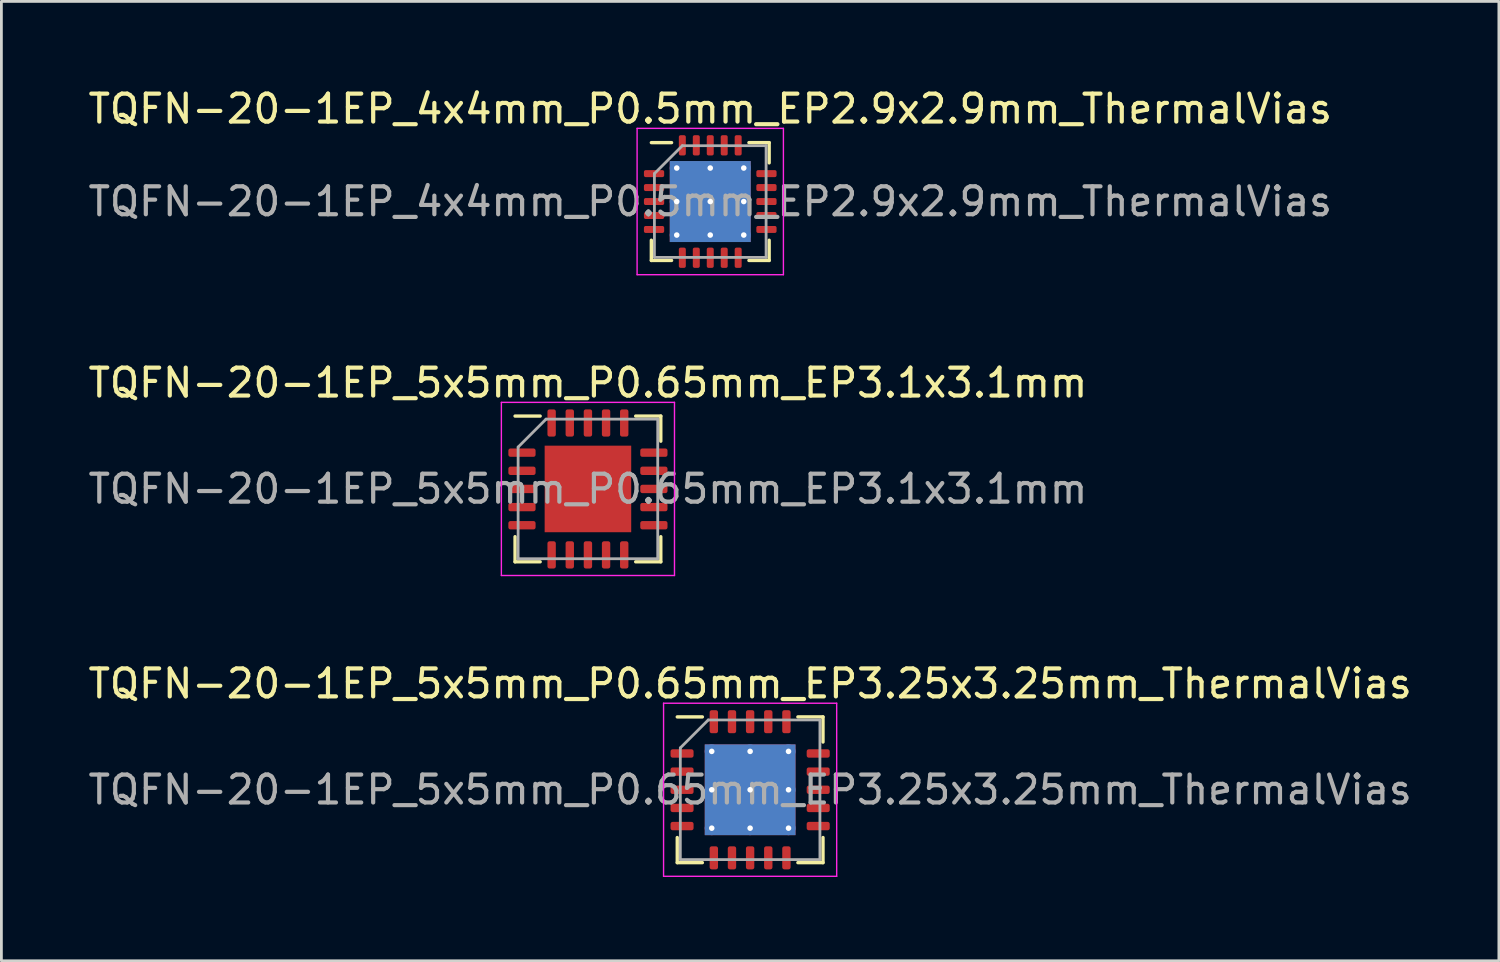
<source format=kicad_pcb>
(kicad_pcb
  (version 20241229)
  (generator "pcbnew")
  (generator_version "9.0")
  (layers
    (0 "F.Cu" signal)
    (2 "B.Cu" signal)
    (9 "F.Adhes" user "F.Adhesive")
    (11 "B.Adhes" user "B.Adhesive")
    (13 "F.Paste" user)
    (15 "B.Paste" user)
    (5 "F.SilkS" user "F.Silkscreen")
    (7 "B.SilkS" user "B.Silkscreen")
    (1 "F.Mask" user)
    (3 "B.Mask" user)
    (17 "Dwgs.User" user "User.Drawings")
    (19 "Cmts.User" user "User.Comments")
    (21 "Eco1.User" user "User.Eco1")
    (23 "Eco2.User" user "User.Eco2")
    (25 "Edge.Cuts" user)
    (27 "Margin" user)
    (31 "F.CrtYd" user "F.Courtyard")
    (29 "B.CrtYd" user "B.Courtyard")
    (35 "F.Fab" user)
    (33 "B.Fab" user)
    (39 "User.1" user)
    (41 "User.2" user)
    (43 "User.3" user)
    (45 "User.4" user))
  (footprint "TQFN-20-1EP_4x4mm_P0.5mm_EP2.9x2.9mm_ThermalVias"
    (layer "F.Cu")
    (at 22.387 4.168)
    (property "Reference" "TQFN-20-1EP_4x4mm_P0.5mm_EP2.9x2.9mm_ThermalVias" (at 0 -3.32 0) (layer "F.SilkS") (effects (font (size 1 1) (thickness 0.15))))
    (attr smd)
    (fp_line (start -2.11 2.11) (end -2.11 1.385) (stroke (width 0.12) (type solid)) (layer "F.SilkS"))
    (fp_line (start -1.385 -2.11) (end -2.11 -2.11) (stroke (width 0.12) (type solid)) (layer "F.SilkS"))
    (fp_line (start -1.385 2.11) (end -2.11 2.11) (stroke (width 0.12) (type solid)) (layer "F.SilkS"))
    (fp_line (start 1.385 -2.11) (end 2.11 -2.11) (stroke (width 0.12) (type solid)) (layer "F.SilkS"))
    (fp_line (start 1.385 2.11) (end 2.11 2.11) (stroke (width 0.12) (type solid)) (layer "F.SilkS"))
    (fp_line (start 2.11 -2.11) (end 2.11 -1.385) (stroke (width 0.12) (type solid)) (layer "F.SilkS"))
    (fp_line (start 2.11 2.11) (end 2.11 1.385) (stroke (width 0.12) (type solid)) (layer "F.SilkS"))
    (fp_line (start -2.62 -2.62) (end -2.62 2.62) (stroke (width 0.05) (type solid)) (layer "F.CrtYd"))
    (fp_line (start -2.62 2.62) (end 2.62 2.62) (stroke (width 0.05) (type solid)) (layer "F.CrtYd"))
    (fp_line (start 2.62 -2.62) (end -2.62 -2.62) (stroke (width 0.05) (type solid)) (layer "F.CrtYd"))
    (fp_line (start 2.62 2.62) (end 2.62 -2.62) (stroke (width 0.05) (type solid)) (layer "F.CrtYd"))
    (fp_line (start -2 -1) (end -1 -2) (stroke (width 0.1) (type solid)) (layer "F.Fab"))
    (fp_line (start -2 2) (end -2 -1) (stroke (width 0.1) (type solid)) (layer "F.Fab"))
    (fp_line (start -1 -2) (end 2 -2) (stroke (width 0.1) (type solid)) (layer "F.Fab"))
    (fp_line (start 2 -2) (end 2 2) (stroke (width 0.1) (type solid)) (layer "F.Fab"))
    (fp_line (start 2 2) (end -2 2) (stroke (width 0.1) (type solid)) (layer "F.Fab"))
    (fp_text user "${REFERENCE}" (at 0 0 0) (layer "F.Fab") (effects (font (size 1 1) (thickness 0.15))))
    (pad "" smd roundrect (at -0.725 -0.725) (size 1.26 1.26) (layers "F.Paste") (roundrect_rratio 0.198))
    (pad "" smd roundrect (at -0.725 0.725) (size 1.26 1.26) (layers "F.Paste") (roundrect_rratio 0.198))
    (pad "" smd roundrect (at 0.725 -0.725) (size 1.26 1.26) (layers "F.Paste") (roundrect_rratio 0.198))
    (pad "" smd roundrect (at 0.725 0.725) (size 1.26 1.26) (layers "F.Paste") (roundrect_rratio 0.198))
    (pad "1" smd roundrect (at -2.013 -1) (size 0.725 0.25) (layers "F.Cu" "F.Mask" "F.Paste") (roundrect_rratio 0.25))
    (pad "2" smd roundrect (at -2.013 -0.5) (size 0.725 0.25) (layers "F.Cu" "F.Mask" "F.Paste") (roundrect_rratio 0.25))
    (pad "3" smd roundrect (at -2.013 0) (size 0.725 0.25) (layers "F.Cu" "F.Mask" "F.Paste") (roundrect_rratio 0.25))
    (pad "4" smd roundrect (at -2.013 0.5) (size 0.725 0.25) (layers "F.Cu" "F.Mask" "F.Paste") (roundrect_rratio 0.25))
    (pad "5" smd roundrect (at -2.013 1) (size 0.725 0.25) (layers "F.Cu" "F.Mask" "F.Paste") (roundrect_rratio 0.25))
    (pad "6" smd roundrect (at -1 2.013) (size 0.25 0.725) (layers "F.Cu" "F.Mask" "F.Paste") (roundrect_rratio 0.25))
    (pad "7" smd roundrect (at -0.5 2.013) (size 0.25 0.725) (layers "F.Cu" "F.Mask" "F.Paste") (roundrect_rratio 0.25))
    (pad "8" smd roundrect (at 0 2.013) (size 0.25 0.725) (layers "F.Cu" "F.Mask" "F.Paste") (roundrect_rratio 0.25))
    (pad "9" smd roundrect (at 0.5 2.013) (size 0.25 0.725) (layers "F.Cu" "F.Mask" "F.Paste") (roundrect_rratio 0.25))
    (pad "10" smd roundrect (at 1 2.013) (size 0.25 0.725) (layers "F.Cu" "F.Mask" "F.Paste") (roundrect_rratio 0.25))
    (pad "11" smd roundrect (at 2.013 1) (size 0.725 0.25) (layers "F.Cu" "F.Mask" "F.Paste") (roundrect_rratio 0.25))
    (pad "12" smd roundrect (at 2.013 0.5) (size 0.725 0.25) (layers "F.Cu" "F.Mask" "F.Paste") (roundrect_rratio 0.25))
    (pad "13" smd roundrect (at 2.013 0) (size 0.725 0.25) (layers "F.Cu" "F.Mask" "F.Paste") (roundrect_rratio 0.25))
    (pad "14" smd roundrect (at 2.013 -0.5) (size 0.725 0.25) (layers "F.Cu" "F.Mask" "F.Paste") (roundrect_rratio 0.25))
    (pad "15" smd roundrect (at 2.013 -1) (size 0.725 0.25) (layers "F.Cu" "F.Mask" "F.Paste") (roundrect_rratio 0.25))
    (pad "16" smd roundrect (at 1 -2.013) (size 0.25 0.725) (layers "F.Cu" "F.Mask" "F.Paste") (roundrect_rratio 0.25))
    (pad "17" smd roundrect (at 0.5 -2.013) (size 0.25 0.725) (layers "F.Cu" "F.Mask" "F.Paste") (roundrect_rratio 0.25))
    (pad "18" smd roundrect (at 0 -2.013) (size 0.25 0.725) (layers "F.Cu" "F.Mask" "F.Paste") (roundrect_rratio 0.25))
    (pad "19" smd roundrect (at -0.5 -2.013) (size 0.25 0.725) (layers "F.Cu" "F.Mask" "F.Paste") (roundrect_rratio 0.25))
    (pad "20" smd roundrect (at -1 -2.013) (size 0.25 0.725) (layers "F.Cu" "F.Mask" "F.Paste") (roundrect_rratio 0.25))
    (pad "21" thru_hole circle (at -1.2 -1.2) (size 0.5 0.5) (drill 0.2) (layers "*.Cu"))
    (pad "21" thru_hole circle (at -1.2 0) (size 0.5 0.5) (drill 0.2) (layers "*.Cu"))
    (pad "21" thru_hole circle (at -1.2 1.2) (size 0.5 0.5) (drill 0.2) (layers "*.Cu"))
    (pad "21" thru_hole circle (at 0 -1.2) (size 0.5 0.5) (drill 0.2) (layers "*.Cu"))
    (pad "21" thru_hole circle (at 0 0) (size 0.5 0.5) (drill 0.2) (layers "*.Cu"))
    (pad "21" smd rect (at 0 0) (size 2.9 2.9) (layers "F.Cu" "F.Mask"))
    (pad "21" smd rect (at 0 0) (size 2.9 2.9) (layers "B.Cu"))
    (pad "21" thru_hole circle (at 0 1.2) (size 0.5 0.5) (drill 0.2) (layers "*.Cu"))
    (pad "21" thru_hole circle (at 1.2 -1.2) (size 0.5 0.5) (drill 0.2) (layers "*.Cu"))
    (pad "21" thru_hole circle (at 1.2 0) (size 0.5 0.5) (drill 0.2) (layers "*.Cu"))
    (pad "21" thru_hole circle (at 1.2 1.2) (size 0.5 0.5) (drill 0.2) (layers "*.Cu")))
  (footprint "TQFN-20-1EP_5x5mm_P0.65mm_EP3.25x3.25mm_ThermalVias"
    (layer "F.Cu")
    (at 23.815 25.235)
    (property "Reference" "TQFN-20-1EP_5x5mm_P0.65mm_EP3.25x3.25mm_ThermalVias" (at 0 -3.8 0) (layer "F.SilkS") (effects (font (size 1 1) (thickness 0.15))))
    (attr smd)
    (fp_line (start -2.61 2.61) (end -2.61 1.71) (stroke (width 0.12) (type solid)) (layer "F.SilkS"))
    (fp_line (start -1.71 -2.61) (end -2.61 -2.61) (stroke (width 0.12) (type solid)) (layer "F.SilkS"))
    (fp_line (start -1.71 2.61) (end -2.61 2.61) (stroke (width 0.12) (type solid)) (layer "F.SilkS"))
    (fp_line (start 1.71 -2.61) (end 2.61 -2.61) (stroke (width 0.12) (type solid)) (layer "F.SilkS"))
    (fp_line (start 1.71 2.61) (end 2.61 2.61) (stroke (width 0.12) (type solid)) (layer "F.SilkS"))
    (fp_line (start 2.61 -2.61) (end 2.61 -1.71) (stroke (width 0.12) (type solid)) (layer "F.SilkS"))
    (fp_line (start 2.61 2.61) (end 2.61 1.71) (stroke (width 0.12) (type solid)) (layer "F.SilkS"))
    (fp_line (start -3.1 -3.1) (end -3.1 3.1) (stroke (width 0.05) (type solid)) (layer "F.CrtYd"))
    (fp_line (start -3.1 3.1) (end 3.1 3.1) (stroke (width 0.05) (type solid)) (layer "F.CrtYd"))
    (fp_line (start 3.1 -3.1) (end -3.1 -3.1) (stroke (width 0.05) (type solid)) (layer "F.CrtYd"))
    (fp_line (start 3.1 3.1) (end 3.1 -3.1) (stroke (width 0.05) (type solid)) (layer "F.CrtYd"))
    (fp_line (start -2.5 -1.5) (end -1.5 -2.5) (stroke (width 0.1) (type solid)) (layer "F.Fab"))
    (fp_line (start -2.5 2.5) (end -2.5 -1.5) (stroke (width 0.1) (type solid)) (layer "F.Fab"))
    (fp_line (start -1.5 -2.5) (end 2.5 -2.5) (stroke (width 0.1) (type solid)) (layer "F.Fab"))
    (fp_line (start 2.5 -2.5) (end 2.5 2.5) (stroke (width 0.1) (type solid)) (layer "F.Fab"))
    (fp_line (start 2.5 2.5) (end -2.5 2.5) (stroke (width 0.1) (type solid)) (layer "F.Fab"))
    (fp_text user "${REFERENCE}" (at 0 0 0) (layer "F.Fab") (effects (font (size 1 1) (thickness 0.15))))
    (pad "" smd roundrect (at -0.81 -0.81) (size 1.41 1.41) (layers "F.Paste") (roundrect_rratio 0.177))
    (pad "" smd roundrect (at -0.81 0.81) (size 1.41 1.41) (layers "F.Paste") (roundrect_rratio 0.177))
    (pad "" smd roundrect (at 0.81 -0.81) (size 1.41 1.41) (layers "F.Paste") (roundrect_rratio 0.177))
    (pad "" smd roundrect (at 0.81 0.81) (size 1.41 1.41) (layers "F.Paste") (roundrect_rratio 0.177))
    (pad "1" smd roundrect (at -2.438 -1.3) (size 0.825 0.3) (layers "F.Cu" "F.Mask" "F.Paste") (roundrect_rratio 0.25))
    (pad "2" smd roundrect (at -2.438 -0.65) (size 0.825 0.3) (layers "F.Cu" "F.Mask" "F.Paste") (roundrect_rratio 0.25))
    (pad "3" smd roundrect (at -2.438 0) (size 0.825 0.3) (layers "F.Cu" "F.Mask" "F.Paste") (roundrect_rratio 0.25))
    (pad "4" smd roundrect (at -2.438 0.65) (size 0.825 0.3) (layers "F.Cu" "F.Mask" "F.Paste") (roundrect_rratio 0.25))
    (pad "5" smd roundrect (at -2.438 1.3) (size 0.825 0.3) (layers "F.Cu" "F.Mask" "F.Paste") (roundrect_rratio 0.25))
    (pad "6" smd roundrect (at -1.3 2.438) (size 0.3 0.825) (layers "F.Cu" "F.Mask" "F.Paste") (roundrect_rratio 0.25))
    (pad "7" smd roundrect (at -0.65 2.438) (size 0.3 0.825) (layers "F.Cu" "F.Mask" "F.Paste") (roundrect_rratio 0.25))
    (pad "8" smd roundrect (at 0 2.438) (size 0.3 0.825) (layers "F.Cu" "F.Mask" "F.Paste") (roundrect_rratio 0.25))
    (pad "9" smd roundrect (at 0.65 2.438) (size 0.3 0.825) (layers "F.Cu" "F.Mask" "F.Paste") (roundrect_rratio 0.25))
    (pad "10" smd roundrect (at 1.3 2.438) (size 0.3 0.825) (layers "F.Cu" "F.Mask" "F.Paste") (roundrect_rratio 0.25))
    (pad "11" smd roundrect (at 2.438 1.3) (size 0.825 0.3) (layers "F.Cu" "F.Mask" "F.Paste") (roundrect_rratio 0.25))
    (pad "12" smd roundrect (at 2.438 0.65) (size 0.825 0.3) (layers "F.Cu" "F.Mask" "F.Paste") (roundrect_rratio 0.25))
    (pad "13" smd roundrect (at 2.438 0) (size 0.825 0.3) (layers "F.Cu" "F.Mask" "F.Paste") (roundrect_rratio 0.25))
    (pad "14" smd roundrect (at 2.438 -0.65) (size 0.825 0.3) (layers "F.Cu" "F.Mask" "F.Paste") (roundrect_rratio 0.25))
    (pad "15" smd roundrect (at 2.438 -1.3) (size 0.825 0.3) (layers "F.Cu" "F.Mask" "F.Paste") (roundrect_rratio 0.25))
    (pad "16" smd roundrect (at 1.3 -2.438) (size 0.3 0.825) (layers "F.Cu" "F.Mask" "F.Paste") (roundrect_rratio 0.25))
    (pad "17" smd roundrect (at 0.65 -2.438) (size 0.3 0.825) (layers "F.Cu" "F.Mask" "F.Paste") (roundrect_rratio 0.25))
    (pad "18" smd roundrect (at 0 -2.438) (size 0.3 0.825) (layers "F.Cu" "F.Mask" "F.Paste") (roundrect_rratio 0.25))
    (pad "19" smd roundrect (at -0.65 -2.438) (size 0.3 0.825) (layers "F.Cu" "F.Mask" "F.Paste") (roundrect_rratio 0.25))
    (pad "20" smd roundrect (at -1.3 -2.438) (size 0.3 0.825) (layers "F.Cu" "F.Mask" "F.Paste") (roundrect_rratio 0.25))
    (pad "21" thru_hole circle (at -1.375 -1.375) (size 0.5 0.5) (drill 0.2) (layers "*.Cu"))
    (pad "21" thru_hole circle (at -1.375 0) (size 0.5 0.5) (drill 0.2) (layers "*.Cu"))
    (pad "21" thru_hole circle (at -1.375 1.375) (size 0.5 0.5) (drill 0.2) (layers "*.Cu"))
    (pad "21" thru_hole circle (at 0 -1.375) (size 0.5 0.5) (drill 0.2) (layers "*.Cu"))
    (pad "21" thru_hole circle (at 0 0) (size 0.5 0.5) (drill 0.2) (layers "*.Cu"))
    (pad "21" smd rect (at 0 0) (size 3.25 3.25) (layers "F.Cu" "F.Mask"))
    (pad "21" smd rect (at 0 0) (size 3.25 3.25) (layers "B.Cu"))
    (pad "21" thru_hole circle (at 0 1.375) (size 0.5 0.5) (drill 0.2) (layers "*.Cu"))
    (pad "21" thru_hole circle (at 1.375 -1.375) (size 0.5 0.5) (drill 0.2) (layers "*.Cu"))
    (pad "21" thru_hole circle (at 1.375 0) (size 0.5 0.5) (drill 0.2) (layers "*.Cu"))
    (pad "21" thru_hole circle (at 1.375 1.375) (size 0.5 0.5) (drill 0.2) (layers "*.Cu")))
  (footprint "TQFN-20-1EP_5x5mm_P0.65mm_EP3.1x3.1mm"
    (layer "F.Cu")
    (at 18.006 14.461)
    (property "Reference" "TQFN-20-1EP_5x5mm_P0.65mm_EP3.1x3.1mm" (at 0 -3.8 0) (layer "F.SilkS") (effects (font (size 1 1) (thickness 0.15))))
    (attr smd)
    (fp_line (start -2.61 2.61) (end -2.61 1.71) (stroke (width 0.12) (type solid)) (layer "F.SilkS"))
    (fp_line (start -1.71 -2.61) (end -2.61 -2.61) (stroke (width 0.12) (type solid)) (layer "F.SilkS"))
    (fp_line (start -1.71 2.61) (end -2.61 2.61) (stroke (width 0.12) (type solid)) (layer "F.SilkS"))
    (fp_line (start 1.71 -2.61) (end 2.61 -2.61) (stroke (width 0.12) (type solid)) (layer "F.SilkS"))
    (fp_line (start 1.71 2.61) (end 2.61 2.61) (stroke (width 0.12) (type solid)) (layer "F.SilkS"))
    (fp_line (start 2.61 -2.61) (end 2.61 -1.71) (stroke (width 0.12) (type solid)) (layer "F.SilkS"))
    (fp_line (start 2.61 2.61) (end 2.61 1.71) (stroke (width 0.12) (type solid)) (layer "F.SilkS"))
    (fp_line (start -3.1 -3.1) (end -3.1 3.1) (stroke (width 0.05) (type solid)) (layer "F.CrtYd"))
    (fp_line (start -3.1 3.1) (end 3.1 3.1) (stroke (width 0.05) (type solid)) (layer "F.CrtYd"))
    (fp_line (start 3.1 -3.1) (end -3.1 -3.1) (stroke (width 0.05) (type solid)) (layer "F.CrtYd"))
    (fp_line (start 3.1 3.1) (end 3.1 -3.1) (stroke (width 0.05) (type solid)) (layer "F.CrtYd"))
    (fp_line (start -2.5 -1.5) (end -1.5 -2.5) (stroke (width 0.1) (type solid)) (layer "F.Fab"))
    (fp_line (start -2.5 2.5) (end -2.5 -1.5) (stroke (width 0.1) (type solid)) (layer "F.Fab"))
    (fp_line (start -1.5 -2.5) (end 2.5 -2.5) (stroke (width 0.1) (type solid)) (layer "F.Fab"))
    (fp_line (start 2.5 -2.5) (end 2.5 2.5) (stroke (width 0.1) (type solid)) (layer "F.Fab"))
    (fp_line (start 2.5 2.5) (end -2.5 2.5) (stroke (width 0.1) (type solid)) (layer "F.Fab"))
    (fp_text user "${REFERENCE}" (at 0 0 0) (layer "F.Fab") (effects (font (size 1 1) (thickness 0.15))))
    (pad "" smd roundrect (at -0.775 -0.775) (size 1.25 1.25) (layers "F.Paste") (roundrect_rratio 0.2))
    (pad "" smd roundrect (at -0.775 0.775) (size 1.25 1.25) (layers "F.Paste") (roundrect_rratio 0.2))
    (pad "" smd roundrect (at 0.775 -0.775) (size 1.25 1.25) (layers "F.Paste") (roundrect_rratio 0.2))
    (pad "" smd roundrect (at 0.775 0.775) (size 1.25 1.25) (layers "F.Paste") (roundrect_rratio 0.2))
    (pad "1" smd roundrect (at -2.362 -1.3) (size 0.975 0.3) (layers "F.Cu" "F.Mask" "F.Paste") (roundrect_rratio 0.25))
    (pad "2" smd roundrect (at -2.362 -0.65) (size 0.975 0.3) (layers "F.Cu" "F.Mask" "F.Paste") (roundrect_rratio 0.25))
    (pad "3" smd roundrect (at -2.362 0) (size 0.975 0.3) (layers "F.Cu" "F.Mask" "F.Paste") (roundrect_rratio 0.25))
    (pad "4" smd roundrect (at -2.362 0.65) (size 0.975 0.3) (layers "F.Cu" "F.Mask" "F.Paste") (roundrect_rratio 0.25))
    (pad "5" smd roundrect (at -2.362 1.3) (size 0.975 0.3) (layers "F.Cu" "F.Mask" "F.Paste") (roundrect_rratio 0.25))
    (pad "6" smd roundrect (at -1.3 2.362) (size 0.3 0.975) (layers "F.Cu" "F.Mask" "F.Paste") (roundrect_rratio 0.25))
    (pad "7" smd roundrect (at -0.65 2.362) (size 0.3 0.975) (layers "F.Cu" "F.Mask" "F.Paste") (roundrect_rratio 0.25))
    (pad "8" smd roundrect (at 0 2.362) (size 0.3 0.975) (layers "F.Cu" "F.Mask" "F.Paste") (roundrect_rratio 0.25))
    (pad "9" smd roundrect (at 0.65 2.362) (size 0.3 0.975) (layers "F.Cu" "F.Mask" "F.Paste") (roundrect_rratio 0.25))
    (pad "10" smd roundrect (at 1.3 2.362) (size 0.3 0.975) (layers "F.Cu" "F.Mask" "F.Paste") (roundrect_rratio 0.25))
    (pad "11" smd roundrect (at 2.362 1.3) (size 0.975 0.3) (layers "F.Cu" "F.Mask" "F.Paste") (roundrect_rratio 0.25))
    (pad "12" smd roundrect (at 2.362 0.65) (size 0.975 0.3) (layers "F.Cu" "F.Mask" "F.Paste") (roundrect_rratio 0.25))
    (pad "13" smd roundrect (at 2.362 0) (size 0.975 0.3) (layers "F.Cu" "F.Mask" "F.Paste") (roundrect_rratio 0.25))
    (pad "14" smd roundrect (at 2.362 -0.65) (size 0.975 0.3) (layers "F.Cu" "F.Mask" "F.Paste") (roundrect_rratio 0.25))
    (pad "15" smd roundrect (at 2.362 -1.3) (size 0.975 0.3) (layers "F.Cu" "F.Mask" "F.Paste") (roundrect_rratio 0.25))
    (pad "16" smd roundrect (at 1.3 -2.362) (size 0.3 0.975) (layers "F.Cu" "F.Mask" "F.Paste") (roundrect_rratio 0.25))
    (pad "17" smd roundrect (at 0.65 -2.362) (size 0.3 0.975) (layers "F.Cu" "F.Mask" "F.Paste") (roundrect_rratio 0.25))
    (pad "18" smd roundrect (at 0 -2.362) (size 0.3 0.975) (layers "F.Cu" "F.Mask" "F.Paste") (roundrect_rratio 0.25))
    (pad "19" smd roundrect (at -0.65 -2.362) (size 0.3 0.975) (layers "F.Cu" "F.Mask" "F.Paste") (roundrect_rratio 0.25))
    (pad "20" smd roundrect (at -1.3 -2.362) (size 0.3 0.975) (layers "F.Cu" "F.Mask" "F.Paste") (roundrect_rratio 0.25))
    (pad "21" smd rect (at 0 0) (size 3.1 3.1) (layers "F.Cu" "F.Mask")))
  (gr_rect
    (start -3 -3)
    (end 50.631 31.36)
    (stroke (width 0.1) (type default))
    (fill no)
    (layer "Edge.Cuts")))
</source>
